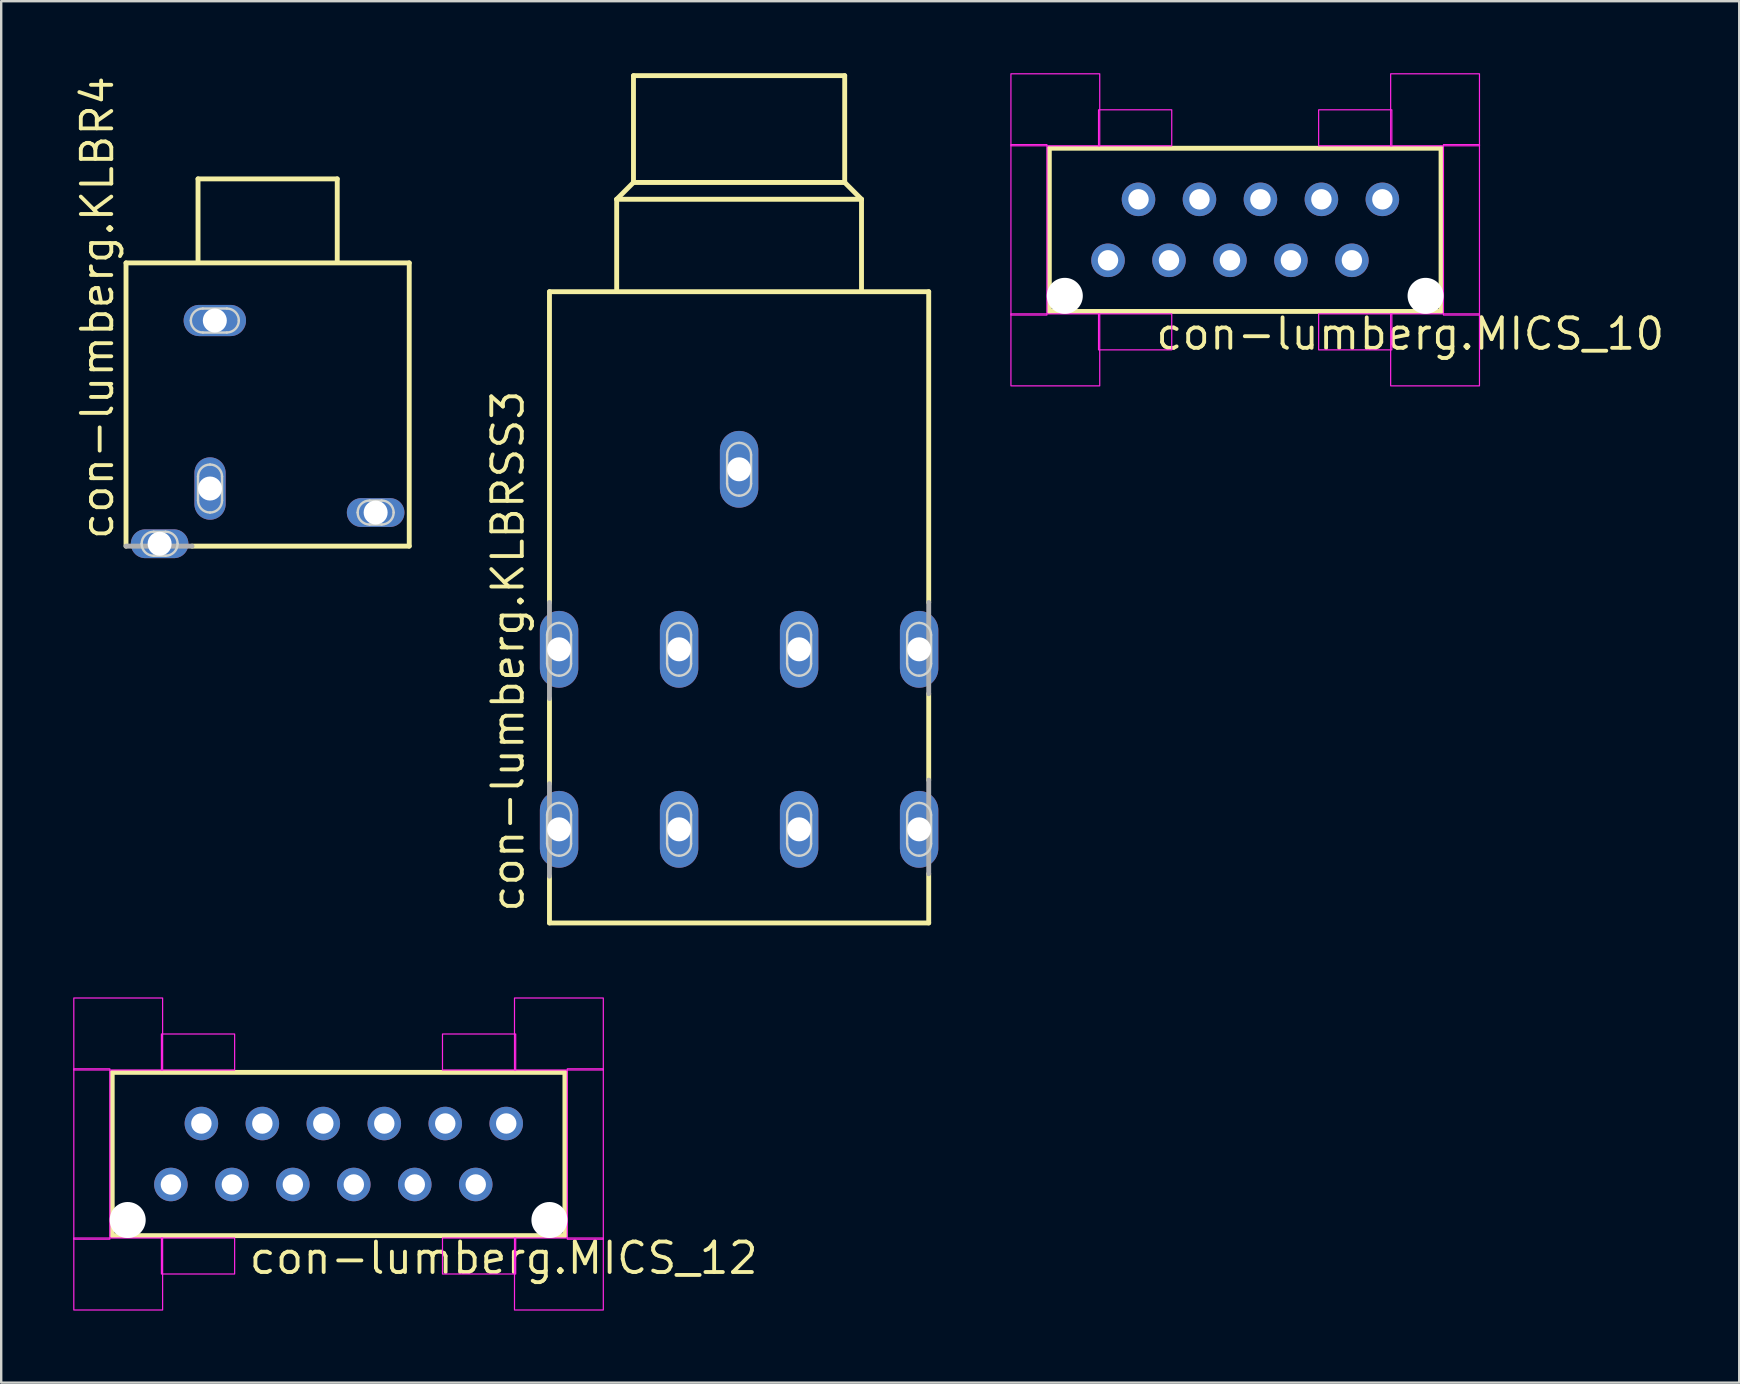
<source format=kicad_pcb>
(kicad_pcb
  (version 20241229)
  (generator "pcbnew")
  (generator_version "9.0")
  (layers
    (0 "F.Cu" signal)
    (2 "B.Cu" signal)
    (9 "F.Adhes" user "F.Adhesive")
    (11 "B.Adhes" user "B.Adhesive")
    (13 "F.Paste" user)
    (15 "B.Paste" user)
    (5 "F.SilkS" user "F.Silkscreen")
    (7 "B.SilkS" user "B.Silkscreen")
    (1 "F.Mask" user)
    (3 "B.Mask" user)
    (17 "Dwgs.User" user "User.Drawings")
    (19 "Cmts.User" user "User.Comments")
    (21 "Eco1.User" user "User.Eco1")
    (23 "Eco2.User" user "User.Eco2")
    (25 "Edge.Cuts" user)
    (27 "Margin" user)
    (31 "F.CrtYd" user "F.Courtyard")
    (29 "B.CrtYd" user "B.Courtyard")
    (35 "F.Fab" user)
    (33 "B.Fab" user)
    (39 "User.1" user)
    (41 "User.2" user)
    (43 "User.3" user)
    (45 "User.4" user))
  (footprint "con-lumberg.KLBRSS3"
    (layer "F.Cu")
    (at 27.742 9.002)
    (property "Reference" "con-lumberg.KLBRSS3" (at -8.89 26.035 90) (layer "F.SilkS") (effects (font (size 1.27 1.27) (thickness 0.16)) (justify left bottom)))
    (attr through_hole)
    (fp_line (start -7.9 0.1) (end 7.9 0.1) (stroke (width 0.203) (type default)) (layer "F.SilkS"))
    (fp_line (start -7.9 13.05) (end -7.9 0.1) (stroke (width 0.203) (type default)) (layer "F.SilkS"))
    (fp_line (start -7.9 20.6) (end -7.9 17.05) (stroke (width 0.203) (type default)) (layer "F.SilkS"))
    (fp_line (start -7.9 26.4) (end -7.9 24.45) (stroke (width 0.203) (type default)) (layer "F.SilkS"))
    (fp_line (start -5.1 -3.75) (end 5.1 -3.75) (stroke (width 0.203) (type default)) (layer "F.SilkS"))
    (fp_line (start -5.1 0) (end -5.1 -3.75) (stroke (width 0.203) (type default)) (layer "F.SilkS"))
    (fp_line (start -4.4 -8.9) (end 4.4 -8.9) (stroke (width 0.203) (type default)) (layer "F.SilkS"))
    (fp_line (start -4.4 -4.45) (end -5.1 -3.75) (stroke (width 0.203) (type default)) (layer "F.SilkS"))
    (fp_line (start -4.4 -4.45) (end -4.4 -8.9) (stroke (width 0.203) (type default)) (layer "F.SilkS"))
    (fp_line (start 4.4 -8.9) (end 4.4 -4.45) (stroke (width 0.203) (type default)) (layer "F.SilkS"))
    (fp_line (start 4.4 -4.45) (end -4.4 -4.45) (stroke (width 0.203) (type default)) (layer "F.SilkS"))
    (fp_line (start 4.4 -4.45) (end 5.1 -3.75) (stroke (width 0.203) (type default)) (layer "F.SilkS"))
    (fp_line (start 5.1 -3.75) (end 5.1 0) (stroke (width 0.203) (type default)) (layer "F.SilkS"))
    (fp_line (start 7.9 0.1) (end 7.9 13.05) (stroke (width 0.203) (type default)) (layer "F.SilkS"))
    (fp_line (start 7.9 16.85) (end 7.9 20.45) (stroke (width 0.203) (type default)) (layer "F.SilkS"))
    (fp_line (start 7.9 24.35) (end 7.9 26.4) (stroke (width 0.203) (type default)) (layer "F.SilkS"))
    (fp_line (start 7.9 26.4) (end -7.9 26.4) (stroke (width 0.203) (type default)) (layer "F.SilkS"))
    (fp_line (start -8 15.6) (end -8 14.4) (stroke (width 0.1) (type default)) (layer "Edge.Cuts"))
    (fp_line (start -8 23.1) (end -8 21.9) (stroke (width 0.1) (type default)) (layer "Edge.Cuts"))
    (fp_line (start -7 14.4) (end -7 15.6) (stroke (width 0.1) (type default)) (layer "Edge.Cuts"))
    (fp_line (start -7 21.9) (end -7 23.1) (stroke (width 0.1) (type default)) (layer "Edge.Cuts"))
    (fp_line (start -3 15.6) (end -3 14.4) (stroke (width 0.1) (type default)) (layer "Edge.Cuts"))
    (fp_line (start -3 23.1) (end -3 21.9) (stroke (width 0.1) (type default)) (layer "Edge.Cuts"))
    (fp_line (start -2 14.4) (end -2 15.6) (stroke (width 0.1) (type default)) (layer "Edge.Cuts"))
    (fp_line (start -2 21.9) (end -2 23.1) (stroke (width 0.1) (type default)) (layer "Edge.Cuts"))
    (fp_line (start -0.5 8.1) (end -0.5 6.9) (stroke (width 0.1) (type default)) (layer "Edge.Cuts"))
    (fp_line (start 0.5 6.9) (end 0.5 8.1) (stroke (width 0.1) (type default)) (layer "Edge.Cuts"))
    (fp_line (start 2 15.6) (end 2 14.4) (stroke (width 0.1) (type default)) (layer "Edge.Cuts"))
    (fp_line (start 2 23.1) (end 2 21.9) (stroke (width 0.1) (type default)) (layer "Edge.Cuts"))
    (fp_line (start 3 14.4) (end 3 15.6) (stroke (width 0.1) (type default)) (layer "Edge.Cuts"))
    (fp_line (start 3 21.9) (end 3 23.1) (stroke (width 0.1) (type default)) (layer "Edge.Cuts"))
    (fp_line (start 7 15.6) (end 7 14.4) (stroke (width 0.1) (type default)) (layer "Edge.Cuts"))
    (fp_line (start 7 23.1) (end 7 21.9) (stroke (width 0.1) (type default)) (layer "Edge.Cuts"))
    (fp_line (start 8 14.4) (end 8 15.6) (stroke (width 0.1) (type default)) (layer "Edge.Cuts"))
    (fp_line (start 8 21.9) (end 8 23.1) (stroke (width 0.1) (type default)) (layer "Edge.Cuts"))
    (fp_arc (start -8 14.4) (mid -7.853553 14.046447) (end -7.5 13.9) (stroke (width 0.1) (type default)) (layer "Edge.Cuts"))
    (fp_arc (start -8 21.9) (mid -7.853553 21.546447) (end -7.5 21.4) (stroke (width 0.1) (type default)) (layer "Edge.Cuts"))
    (fp_arc (start -7.5 13.9) (mid -7.146447 14.046447) (end -7 14.4) (stroke (width 0.1) (type default)) (layer "Edge.Cuts"))
    (fp_arc (start -7.5 16.1) (mid -7.853553 15.953553) (end -8 15.6) (stroke (width 0.1) (type default)) (layer "Edge.Cuts"))
    (fp_arc (start -7.5 21.4) (mid -7.146447 21.546447) (end -7 21.9) (stroke (width 0.1) (type default)) (layer "Edge.Cuts"))
    (fp_arc (start -7.5 23.6) (mid -7.853553 23.453553) (end -8 23.1) (stroke (width 0.1) (type default)) (layer "Edge.Cuts"))
    (fp_arc (start -7 15.6) (mid -7.146447 15.953553) (end -7.5 16.1) (stroke (width 0.1) (type default)) (layer "Edge.Cuts"))
    (fp_arc (start -7 23.1) (mid -7.146447 23.453553) (end -7.5 23.6) (stroke (width 0.1) (type default)) (layer "Edge.Cuts"))
    (fp_arc (start -3 14.4) (mid -2.853553 14.046447) (end -2.5 13.9) (stroke (width 0.1) (type default)) (layer "Edge.Cuts"))
    (fp_arc (start -3 21.9) (mid -2.853553 21.546447) (end -2.5 21.4) (stroke (width 0.1) (type default)) (layer "Edge.Cuts"))
    (fp_arc (start -2.5 13.9) (mid -2.146447 14.046447) (end -2 14.4) (stroke (width 0.1) (type default)) (layer "Edge.Cuts"))
    (fp_arc (start -2.5 16.1) (mid -2.853553 15.953553) (end -3 15.6) (stroke (width 0.1) (type default)) (layer "Edge.Cuts"))
    (fp_arc (start -2.5 21.4) (mid -2.146447 21.546447) (end -2 21.9) (stroke (width 0.1) (type default)) (layer "Edge.Cuts"))
    (fp_arc (start -2.5 23.6) (mid -2.853553 23.453553) (end -3 23.1) (stroke (width 0.1) (type default)) (layer "Edge.Cuts"))
    (fp_arc (start -2 15.6) (mid -2.146447 15.953553) (end -2.5 16.1) (stroke (width 0.1) (type default)) (layer "Edge.Cuts"))
    (fp_arc (start -2 23.1) (mid -2.146447 23.453553) (end -2.5 23.6) (stroke (width 0.1) (type default)) (layer "Edge.Cuts"))
    (fp_arc (start -0.5 6.9) (mid -0.353553 6.546447) (end 0 6.4) (stroke (width 0.1) (type default)) (layer "Edge.Cuts"))
    (fp_arc (start 0 6.4) (mid 0.353553 6.546447) (end 0.5 6.9) (stroke (width 0.1) (type default)) (layer "Edge.Cuts"))
    (fp_arc (start 0 8.6) (mid -0.353553 8.453553) (end -0.5 8.1) (stroke (width 0.1) (type default)) (layer "Edge.Cuts"))
    (fp_arc (start 0.5 8.1) (mid 0.353553 8.453553) (end 0 8.6) (stroke (width 0.1) (type default)) (layer "Edge.Cuts"))
    (fp_arc (start 2 14.4) (mid 2.146447 14.046447) (end 2.5 13.9) (stroke (width 0.1) (type default)) (layer "Edge.Cuts"))
    (fp_arc (start 2 21.9) (mid 2.146447 21.546447) (end 2.5 21.4) (stroke (width 0.1) (type default)) (layer "Edge.Cuts"))
    (fp_arc (start 2.5 13.9) (mid 2.853553 14.046447) (end 3 14.4) (stroke (width 0.1) (type default)) (layer "Edge.Cuts"))
    (fp_arc (start 2.5 16.1) (mid 2.146447 15.953553) (end 2 15.6) (stroke (width 0.1) (type default)) (layer "Edge.Cuts"))
    (fp_arc (start 2.5 21.4) (mid 2.853553 21.546447) (end 3 21.9) (stroke (width 0.1) (type default)) (layer "Edge.Cuts"))
    (fp_arc (start 2.5 23.6) (mid 2.146447 23.453553) (end 2 23.1) (stroke (width 0.1) (type default)) (layer "Edge.Cuts"))
    (fp_arc (start 3 15.6) (mid 2.853553 15.953553) (end 2.5 16.1) (stroke (width 0.1) (type default)) (layer "Edge.Cuts"))
    (fp_arc (start 3 23.1) (mid 2.853553 23.453553) (end 2.5 23.6) (stroke (width 0.1) (type default)) (layer "Edge.Cuts"))
    (fp_arc (start 7 14.4) (mid 7.146447 14.046447) (end 7.5 13.9) (stroke (width 0.1) (type default)) (layer "Edge.Cuts"))
    (fp_arc (start 7 21.9) (mid 7.146447 21.546447) (end 7.5 21.4) (stroke (width 0.1) (type default)) (layer "Edge.Cuts"))
    (fp_arc (start 7.5 13.9) (mid 7.853553 14.046447) (end 8 14.4) (stroke (width 0.1) (type default)) (layer "Edge.Cuts"))
    (fp_arc (start 7.5 16.1) (mid 7.146447 15.953553) (end 7 15.6) (stroke (width 0.1) (type default)) (layer "Edge.Cuts"))
    (fp_arc (start 7.5 21.4) (mid 7.853553 21.546447) (end 8 21.9) (stroke (width 0.1) (type default)) (layer "Edge.Cuts"))
    (fp_arc (start 7.5 23.6) (mid 7.146447 23.453553) (end 7 23.1) (stroke (width 0.1) (type default)) (layer "Edge.Cuts"))
    (fp_arc (start 8 15.6) (mid 7.853553 15.953553) (end 7.5 16.1) (stroke (width 0.1) (type default)) (layer "Edge.Cuts"))
    (fp_arc (start 8 23.1) (mid 7.853553 23.453553) (end 7.5 23.6) (stroke (width 0.1) (type default)) (layer "Edge.Cuts"))
    (fp_line (start -7.9 17.05) (end -7.9 13.05) (stroke (width 0.203) (type default)) (layer "F.Fab"))
    (fp_line (start -7.9 24.45) (end -7.9 20.6) (stroke (width 0.203) (type default)) (layer "F.Fab"))
    (fp_line (start 7.9 13.05) (end 7.9 16.85) (stroke (width 0.203) (type default)) (layer "F.Fab"))
    (fp_line (start 7.9 20.45) (end 7.9 24.35) (stroke (width 0.203) (type default)) (layer "F.Fab"))
    (pad "1" thru_hole oval (at 0 7.5 90) (size 3.2 1.6) (drill 1) (layers "*.Cu" "*.Mask"))
    (pad "2" thru_hole oval (at 2.5 22.5 90) (size 3.2 1.6) (drill 1) (layers "*.Cu" "*.Mask"))
    (pad "3" thru_hole oval (at -2.5 22.5 90) (size 3.2 1.6) (drill 1) (layers "*.Cu" "*.Mask"))
    (pad "4" thru_hole oval (at 2.5 15 90) (size 3.2 1.6) (drill 1) (layers "*.Cu" "*.Mask"))
    (pad "5" thru_hole oval (at 7.5 15 90) (size 3.2 1.6) (drill 1) (layers "*.Cu" "*.Mask"))
    (pad "6" thru_hole oval (at 7.5 22.5 90) (size 3.2 1.6) (drill 1) (layers "*.Cu" "*.Mask"))
    (pad "7" thru_hole oval (at -2.5 15 90) (size 3.2 1.6) (drill 1) (layers "*.Cu" "*.Mask"))
    (pad "8" thru_hole oval (at -7.5 15 90) (size 3.2 1.6) (drill 1) (layers "*.Cu" "*.Mask"))
    (pad "9" thru_hole oval (at -7.5 22.5 90) (size 3.2 1.6) (drill 1) (layers "*.Cu" "*.Mask")))
  (footprint "con-lumberg.MICS_12"
    (layer "F.Cu")
    (at 11.055 45.028)
    (property "Reference" "con-lumberg.MICS_12" (at -3.81 5.08 0) (layer "F.SilkS") (effects (font (size 1.27 1.27) (thickness 0.16)) (justify left bottom)))
    (attr through_hole)
    (fp_line (start -9.43 -3.4) (end 9.43 -3.4) (stroke (width 0.203) (type default)) (layer "F.SilkS"))
    (fp_line (start -9.43 3.4) (end -9.43 -3.4) (stroke (width 0.203) (type default)) (layer "F.SilkS"))
    (fp_line (start 9.43 -3.4) (end 9.43 3.4) (stroke (width 0.203) (type default)) (layer "F.SilkS"))
    (fp_line (start 9.43 3.4) (end -9.43 3.4) (stroke (width 0.203) (type default)) (layer "F.SilkS"))
    (fp_rect (start -11.03 -3.5) (end -7.33 -6.5) (stroke (width 0.05) (type default)) (fill no) (layer "F.CrtYd"))
    (fp_rect (start -11.03 3.55) (end -9.53 -3.55) (stroke (width 0.05) (type default)) (fill no) (layer "F.CrtYd"))
    (fp_rect (start -11.03 6.5) (end -7.33 3.5) (stroke (width 0.05) (type default)) (fill no) (layer "F.CrtYd"))
    (fp_rect (start -7.38 -3.5) (end -4.33 -5) (stroke (width 0.05) (type default)) (fill no) (layer "F.CrtYd"))
    (fp_rect (start -7.38 5) (end -4.33 3.5) (stroke (width 0.05) (type default)) (fill no) (layer "F.CrtYd"))
    (fp_rect (start 4.33 -3.5) (end 7.38 -5) (stroke (width 0.05) (type default)) (fill no) (layer "F.CrtYd"))
    (fp_rect (start 4.33 5) (end 7.38 3.5) (stroke (width 0.05) (type default)) (fill no) (layer "F.CrtYd"))
    (fp_rect (start 7.33 -3.5) (end 11.03 -6.5) (stroke (width 0.05) (type default)) (fill no) (layer "F.CrtYd"))
    (fp_rect (start 7.33 6.5) (end 11.03 3.5) (stroke (width 0.05) (type default)) (fill no) (layer "F.CrtYd"))
    (fp_rect (start 9.53 3.55) (end 11.03 -3.55) (stroke (width 0.05) (type default)) (fill no) (layer "F.CrtYd"))
    (pad "" np_thru_hole circle (at -8.785 2.75) (size 1.5 1.5) (drill 1.5) (layers "*.Cu" "*.Mask"))
    (pad "" np_thru_hole circle (at 8.785 2.75) (size 1.5 1.5) (drill 1.5) (layers "*.Cu" "*.Mask"))
    (pad "1" thru_hole circle (at -6.985 1.27) (size 1.397 1.397) (drill 0.85) (layers "*.Cu" "*.Mask"))
    (pad "2" thru_hole circle (at -5.715 -1.27) (size 1.397 1.397) (drill 0.85) (layers "*.Cu" "*.Mask"))
    (pad "3" thru_hole circle (at -4.445 1.27) (size 1.397 1.397) (drill 0.85) (layers "*.Cu" "*.Mask"))
    (pad "4" thru_hole circle (at -3.175 -1.27) (size 1.397 1.397) (drill 0.85) (layers "*.Cu" "*.Mask"))
    (pad "5" thru_hole circle (at -1.905 1.27) (size 1.397 1.397) (drill 0.85) (layers "*.Cu" "*.Mask"))
    (pad "6" thru_hole circle (at -0.635 -1.27) (size 1.397 1.397) (drill 0.85) (layers "*.Cu" "*.Mask"))
    (pad "7" thru_hole circle (at 0.635 1.27) (size 1.397 1.397) (drill 0.85) (layers "*.Cu" "*.Mask"))
    (pad "8" thru_hole circle (at 1.905 -1.27) (size 1.397 1.397) (drill 0.85) (layers "*.Cu" "*.Mask"))
    (pad "9" thru_hole circle (at 3.175 1.27) (size 1.397 1.397) (drill 0.85) (layers "*.Cu" "*.Mask"))
    (pad "10" thru_hole circle (at 4.445 -1.27) (size 1.397 1.397) (drill 0.85) (layers "*.Cu" "*.Mask"))
    (pad "11" thru_hole circle (at 5.715 1.27) (size 1.397 1.397) (drill 0.85) (layers "*.Cu" "*.Mask"))
    (pad "12" thru_hole circle (at 6.985 -1.27) (size 1.397 1.397) (drill 0.85) (layers "*.Cu" "*.Mask")))
  (footprint "con-lumberg.MICS_10"
    (layer "F.Cu")
    (at 48.827 6.525)
    (property "Reference" "con-lumberg.MICS_10" (at -3.81 5.08 0) (layer "F.SilkS") (effects (font (size 1.27 1.27) (thickness 0.16)) (justify left bottom)))
    (attr through_hole)
    (fp_line (start -8.16 -3.4) (end 8.16 -3.4) (stroke (width 0.203) (type default)) (layer "F.SilkS"))
    (fp_line (start -8.16 3.4) (end -8.16 -3.4) (stroke (width 0.203) (type default)) (layer "F.SilkS"))
    (fp_line (start 8.16 -3.4) (end 8.16 3.4) (stroke (width 0.203) (type default)) (layer "F.SilkS"))
    (fp_line (start 8.16 3.4) (end -8.16 3.4) (stroke (width 0.203) (type default)) (layer "F.SilkS"))
    (fp_rect (start -9.76 -3.5) (end -6.06 -6.5) (stroke (width 0.05) (type default)) (fill no) (layer "F.CrtYd"))
    (fp_rect (start -9.76 3.55) (end -8.26 -3.55) (stroke (width 0.05) (type default)) (fill no) (layer "F.CrtYd"))
    (fp_rect (start -9.76 6.5) (end -6.06 3.5) (stroke (width 0.05) (type default)) (fill no) (layer "F.CrtYd"))
    (fp_rect (start -6.11 -3.5) (end -3.06 -5) (stroke (width 0.05) (type default)) (fill no) (layer "F.CrtYd"))
    (fp_rect (start -6.11 5) (end -3.06 3.5) (stroke (width 0.05) (type default)) (fill no) (layer "F.CrtYd"))
    (fp_rect (start 3.06 -3.5) (end 6.11 -5) (stroke (width 0.05) (type default)) (fill no) (layer "F.CrtYd"))
    (fp_rect (start 3.06 5) (end 6.11 3.5) (stroke (width 0.05) (type default)) (fill no) (layer "F.CrtYd"))
    (fp_rect (start 6.06 -3.5) (end 9.76 -6.5) (stroke (width 0.05) (type default)) (fill no) (layer "F.CrtYd"))
    (fp_rect (start 6.06 6.5) (end 9.76 3.5) (stroke (width 0.05) (type default)) (fill no) (layer "F.CrtYd"))
    (fp_rect (start 8.26 3.55) (end 9.76 -3.55) (stroke (width 0.05) (type default)) (fill no) (layer "F.CrtYd"))
    (pad "" np_thru_hole circle (at -7.515 2.75) (size 1.5 1.5) (drill 1.5) (layers "*.Cu" "*.Mask"))
    (pad "" np_thru_hole circle (at 7.515 2.75) (size 1.5 1.5) (drill 1.5) (layers "*.Cu" "*.Mask"))
    (pad "1" thru_hole circle (at -5.715 1.27) (size 1.397 1.397) (drill 0.85) (layers "*.Cu" "*.Mask"))
    (pad "2" thru_hole circle (at -4.445 -1.27) (size 1.397 1.397) (drill 0.85) (layers "*.Cu" "*.Mask"))
    (pad "3" thru_hole circle (at -3.175 1.27) (size 1.397 1.397) (drill 0.85) (layers "*.Cu" "*.Mask"))
    (pad "4" thru_hole circle (at -1.905 -1.27) (size 1.397 1.397) (drill 0.85) (layers "*.Cu" "*.Mask"))
    (pad "5" thru_hole circle (at -0.635 1.27) (size 1.397 1.397) (drill 0.85) (layers "*.Cu" "*.Mask"))
    (pad "6" thru_hole circle (at 0.635 -1.27) (size 1.397 1.397) (drill 0.85) (layers "*.Cu" "*.Mask"))
    (pad "7" thru_hole circle (at 1.905 1.27) (size 1.397 1.397) (drill 0.85) (layers "*.Cu" "*.Mask"))
    (pad "8" thru_hole circle (at 3.175 -1.27) (size 1.397 1.397) (drill 0.85) (layers "*.Cu" "*.Mask"))
    (pad "9" thru_hole circle (at 4.445 1.27) (size 1.397 1.397) (drill 0.85) (layers "*.Cu" "*.Mask"))
    (pad "10" thru_hole circle (at 5.715 -1.27) (size 1.397 1.397) (drill 0.85) (layers "*.Cu" "*.Mask")))
  (footprint "con-lumberg.KLBR4"
    (layer "F.Cu")
    (at 8.1 13.803)
    (property "Reference" "con-lumberg.KLBR4" (at -6.35 5.715 90) (layer "F.SilkS") (effects (font (size 1.27 1.27) (thickness 0.16)) (justify left bottom)))
    (attr through_hole)
    (fp_line (start -5.9 -5.9) (end 5.9 -5.9) (stroke (width 0.203) (type default)) (layer "F.SilkS"))
    (fp_line (start -5.9 5.9) (end -5.9 -5.9) (stroke (width 0.203) (type default)) (layer "F.SilkS"))
    (fp_line (start -3.15 5.9) (end 5.9 5.9) (stroke (width 0.203) (type default)) (layer "F.SilkS"))
    (fp_line (start -2.9 -9.4) (end 2.9 -9.4) (stroke (width 0.203) (type default)) (layer "F.SilkS"))
    (fp_line (start -2.9 -6) (end -2.9 -9.4) (stroke (width 0.203) (type default)) (layer "F.SilkS"))
    (fp_line (start 2.9 -9.4) (end 2.9 -6) (stroke (width 0.203) (type default)) (layer "F.SilkS"))
    (fp_line (start 5.9 -5.9) (end 5.9 5.9) (stroke (width 0.203) (type default)) (layer "F.SilkS"))
    (fp_line (start -4.75 5.3) (end -4.25 5.3) (stroke (width 0.1) (type default)) (layer "Edge.Cuts"))
    (fp_line (start -4.25 6.3) (end -4.75 6.3) (stroke (width 0.1) (type default)) (layer "Edge.Cuts"))
    (fp_line (start -2.9 4) (end -2.9 3) (stroke (width 0.1) (type default)) (layer "Edge.Cuts"))
    (fp_line (start -2.7 -4) (end -1.7 -4) (stroke (width 0.1) (type default)) (layer "Edge.Cuts"))
    (fp_line (start -1.9 3) (end -1.9 4) (stroke (width 0.1) (type default)) (layer "Edge.Cuts"))
    (fp_line (start -1.7 -3) (end -2.7 -3) (stroke (width 0.1) (type default)) (layer "Edge.Cuts"))
    (fp_line (start 4.25 4) (end 4.75 4) (stroke (width 0.1) (type default)) (layer "Edge.Cuts"))
    (fp_line (start 4.75 5) (end 4.25 5) (stroke (width 0.1) (type default)) (layer "Edge.Cuts"))
    (fp_arc (start -5.25 5.8) (mid -5.103553 5.446447) (end -4.75 5.3) (stroke (width 0.1) (type default)) (layer "Edge.Cuts"))
    (fp_arc (start -4.75 6.3) (mid -5.103553 6.153553) (end -5.25 5.8) (stroke (width 0.1) (type default)) (layer "Edge.Cuts"))
    (fp_arc (start -4.25 5.3) (mid -3.896447 5.446447) (end -3.75 5.8) (stroke (width 0.1) (type default)) (layer "Edge.Cuts"))
    (fp_arc (start -3.75 5.8) (mid -3.896447 6.153553) (end -4.25 6.3) (stroke (width 0.1) (type default)) (layer "Edge.Cuts"))
    (fp_arc (start -3.2 -3.5) (mid -3.053553 -3.853553) (end -2.7 -4) (stroke (width 0.1) (type default)) (layer "Edge.Cuts"))
    (fp_arc (start -2.9 3) (mid -2.753553 2.646447) (end -2.4 2.5) (stroke (width 0.1) (type default)) (layer "Edge.Cuts"))
    (fp_arc (start -2.7 -3) (mid -3.053553 -3.146447) (end -3.2 -3.5) (stroke (width 0.1) (type default)) (layer "Edge.Cuts"))
    (fp_arc (start -2.4 2.5) (mid -2.046447 2.646447) (end -1.9 3) (stroke (width 0.1) (type default)) (layer "Edge.Cuts"))
    (fp_arc (start -2.4 4.5) (mid -2.753553 4.353553) (end -2.9 4) (stroke (width 0.1) (type default)) (layer "Edge.Cuts"))
    (fp_arc (start -1.9 4) (mid -2.046447 4.353553) (end -2.4 4.5) (stroke (width 0.1) (type default)) (layer "Edge.Cuts"))
    (fp_arc (start -1.7 -4) (mid -1.346447 -3.853553) (end -1.2 -3.5) (stroke (width 0.1) (type default)) (layer "Edge.Cuts"))
    (fp_arc (start -1.2 -3.5) (mid -1.346447 -3.146447) (end -1.7 -3) (stroke (width 0.1) (type default)) (layer "Edge.Cuts"))
    (fp_arc (start 3.75 4.5) (mid 3.896447 4.146447) (end 4.25 4) (stroke (width 0.1) (type default)) (layer "Edge.Cuts"))
    (fp_arc (start 4.25 5) (mid 3.896447 4.853553) (end 3.75 4.5) (stroke (width 0.1) (type default)) (layer "Edge.Cuts"))
    (fp_arc (start 4.75 4) (mid 5.103553 4.146447) (end 5.25 4.5) (stroke (width 0.1) (type default)) (layer "Edge.Cuts"))
    (fp_arc (start 5.25 4.5) (mid 5.103553 4.853553) (end 4.75 5) (stroke (width 0.1) (type default)) (layer "Edge.Cuts"))
    (fp_line (start -5.9 5.9) (end -3.15 5.9) (stroke (width 0.203) (type default)) (layer "F.Fab"))
    (pad "B" thru_hole oval (at -2.4 3.5 90) (size 2.6 1.3) (drill 1) (layers "*.Cu" "*.Mask"))
    (pad "R" thru_hole oval (at -4.5 5.8) (size 2.4 1.2) (drill 1) (layers "*.Cu" "*.Mask"))
    (pad "S" thru_hole oval (at -2.2 -3.5) (size 2.6 1.3) (drill 1) (layers "*.Cu" "*.Mask"))
    (pad "T" thru_hole oval (at 4.5 4.5) (size 2.4 1.2) (drill 1) (layers "*.Cu" "*.Mask")))
  (gr_rect
    (start -3 -3)
    (end 69.409 54.553)
    (stroke (width 0.1) (type default))
    (fill no)
    (layer "Edge.Cuts")))
</source>
